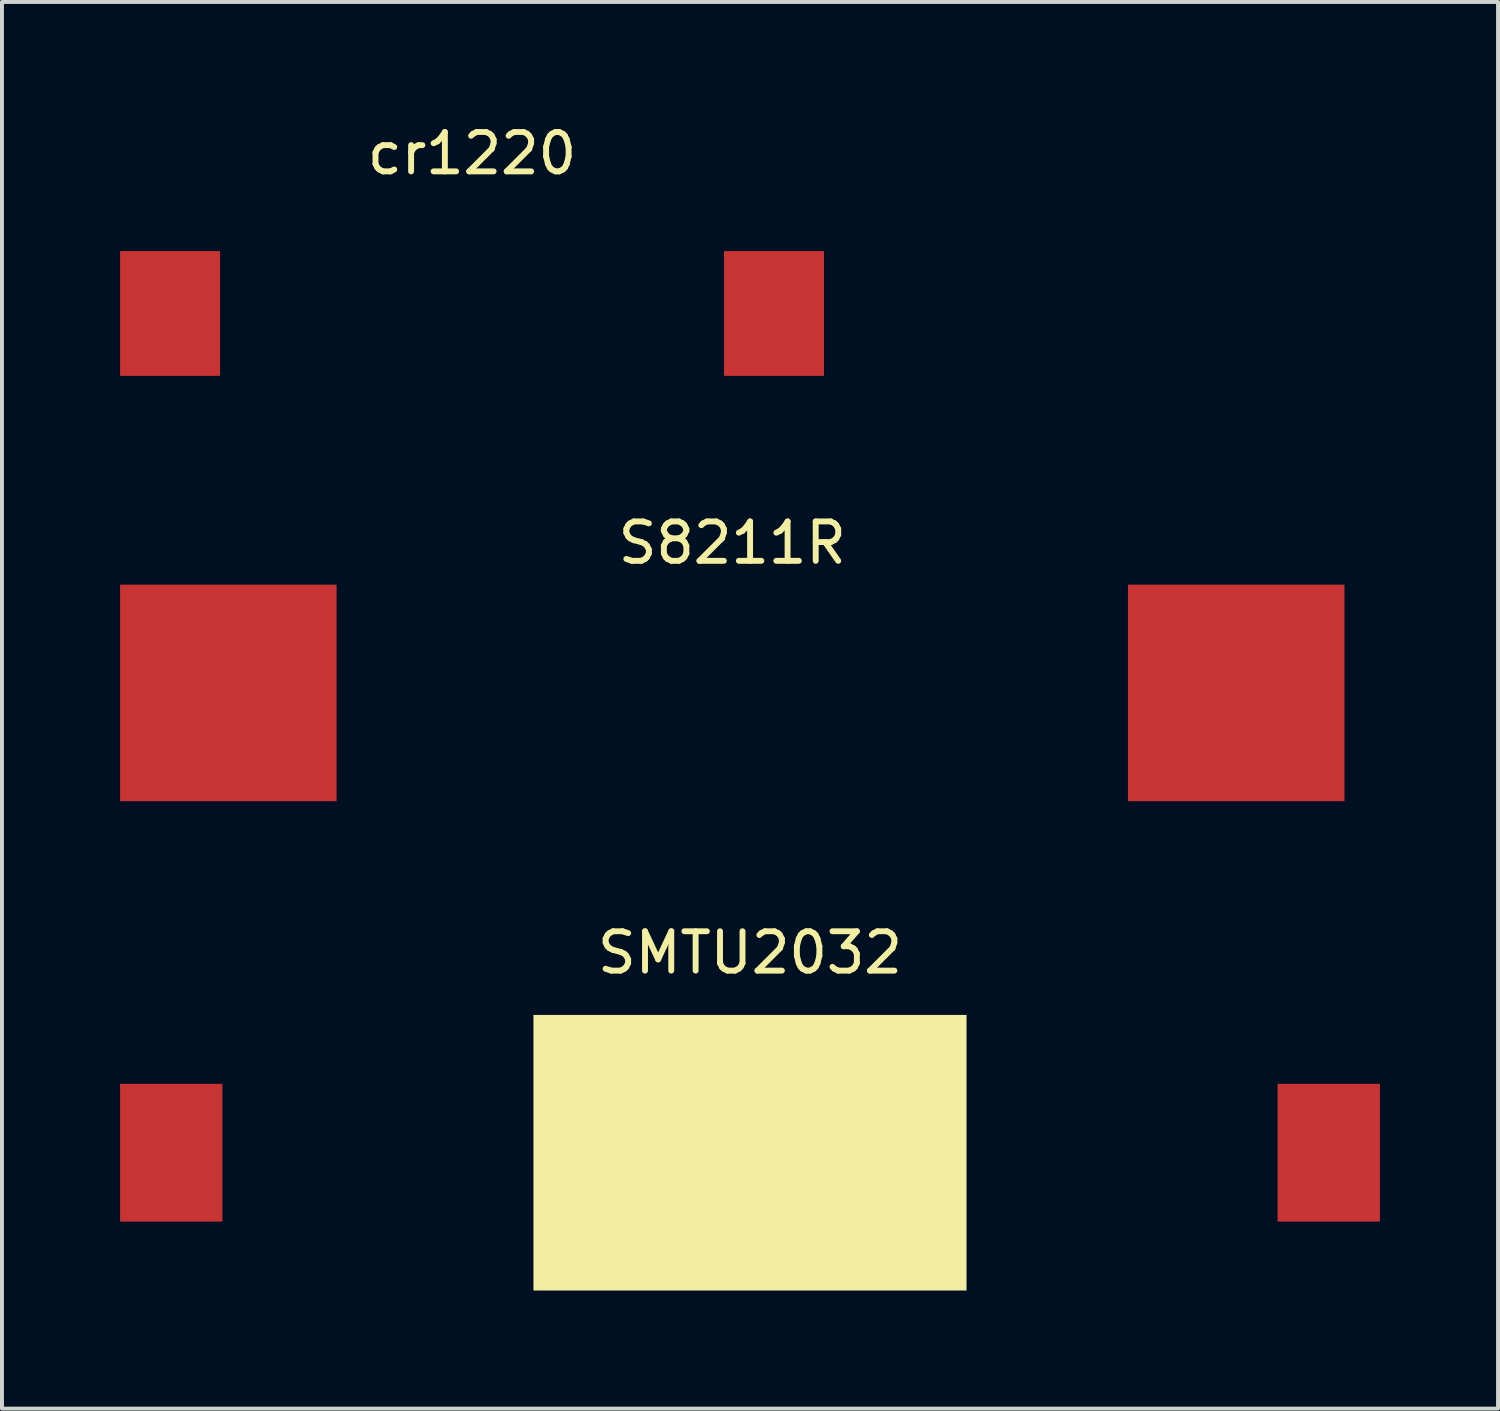
<source format=kicad_pcb>
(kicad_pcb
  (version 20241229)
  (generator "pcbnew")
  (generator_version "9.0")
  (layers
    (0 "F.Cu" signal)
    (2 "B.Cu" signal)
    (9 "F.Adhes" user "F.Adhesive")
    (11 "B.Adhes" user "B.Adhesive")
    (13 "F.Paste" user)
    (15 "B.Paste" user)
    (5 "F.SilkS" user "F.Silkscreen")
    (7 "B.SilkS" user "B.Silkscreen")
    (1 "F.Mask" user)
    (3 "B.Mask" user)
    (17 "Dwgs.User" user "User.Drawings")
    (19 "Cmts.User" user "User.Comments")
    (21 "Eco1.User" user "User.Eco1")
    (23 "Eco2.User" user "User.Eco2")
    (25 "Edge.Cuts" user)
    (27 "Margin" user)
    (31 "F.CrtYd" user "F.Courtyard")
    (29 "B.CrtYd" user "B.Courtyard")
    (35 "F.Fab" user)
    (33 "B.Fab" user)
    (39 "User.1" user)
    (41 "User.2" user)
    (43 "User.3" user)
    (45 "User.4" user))
  (footprint "cr1220"
    (layer "F.Cu")
    (at 8.94 4.912)
    (property "Reference" "cr1220" (at 0 -4.064 0) (layer "F.SilkS") (effects (font (size 1 1) (thickness 0.15))))
    (attr through_hole)
    (pad "" smd trapezoid (at 0 0) (size 3.96 3.96) (layers "F.Mask" "F.Paste"))
    (pad "1" smd trapezoid (at -7.67 0) (size 2.54 3.17) (layers "F.Cu" "F.Mask" "F.Paste"))
    (pad "2" smd trapezoid (at 7.67 0) (size 2.54 3.17) (layers "F.Cu" "F.Mask" "F.Paste")))
  (footprint "SMTU2032"
    (layer "F.Cu")
    (at 16 26.229)
    (property "Reference" "SMTU2032" (at 0 -5.08 0) (layer "F.SilkS") (effects (font (size 1 1) (thickness 0.15))))
    (attr through_hole)
    (pad "" smd rect (at 0 0) (size 11 7) (layers "F.SilkS"))
    (pad "1" smd rect (at 14.7 0) (size 2.6 3.5) (layers "F.Cu" "F.Mask" "F.Paste"))
    (pad "2" smd rect (at -14.7 0) (size 2.6 3.5) (layers "F.Cu" "F.Mask" "F.Paste")))
  (footprint "S8211R"
    (layer "F.Cu")
    (at 15.55 14.55)
    (property "Reference" "S8211R" (at 0 -3.81 0) (layer "F.SilkS") (effects (font (size 1 1) (thickness 0.15))))
    (attr through_hole)
    (pad "" smd rect (at 0 0) (size 4 4) (layers "F.Mask" "F.Paste"))
    (pad "1" smd rect (at -12.8 0) (size 5.5 5.5) (layers "F.Cu" "F.Mask" "F.Paste"))
    (pad "2" smd rect (at 12.8 0) (size 5.5 5.5) (layers "F.Cu" "F.Mask" "F.Paste")))
  (gr_rect
    (start -3 -3)
    (end 35 32.729)
    (stroke (width 0.1) (type default))
    (fill no)
    (layer "Edge.Cuts")))
</source>
